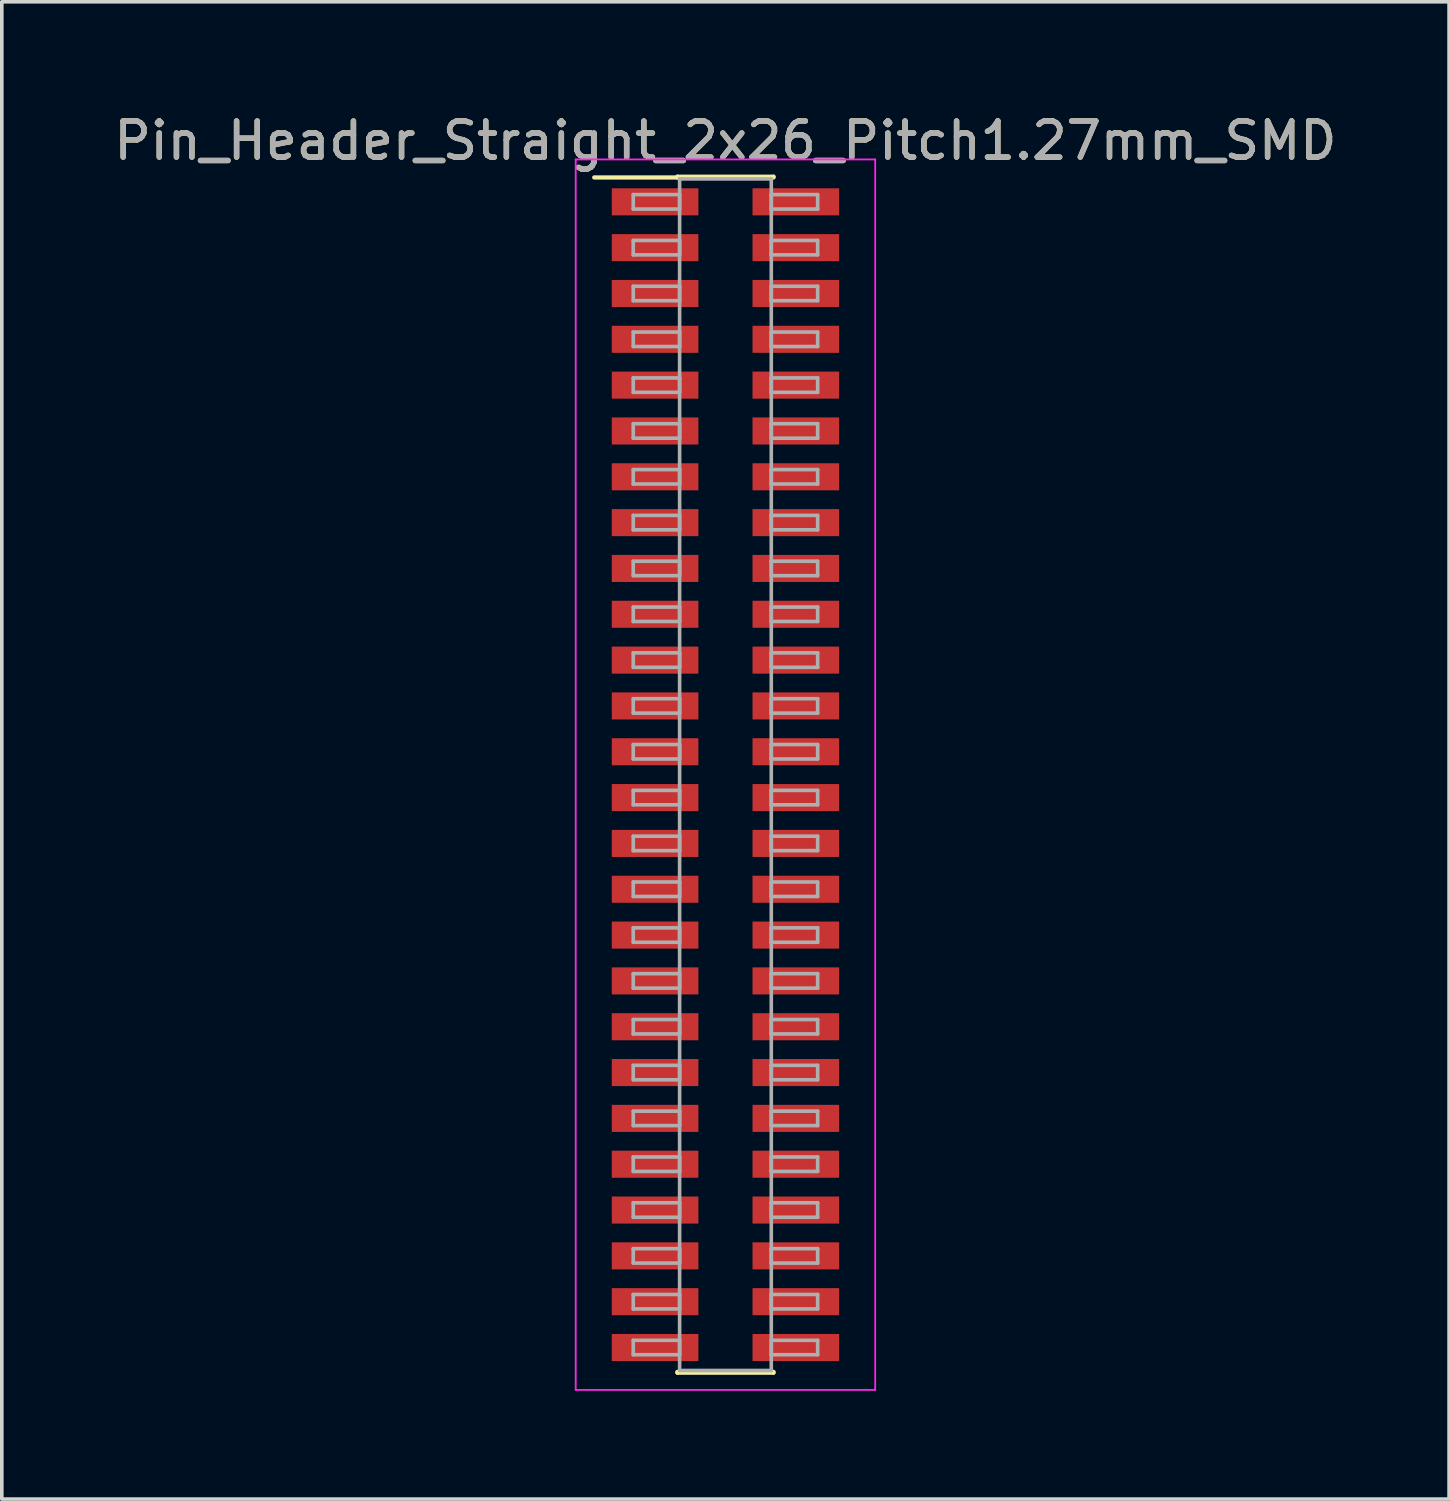
<source format=kicad_pcb>
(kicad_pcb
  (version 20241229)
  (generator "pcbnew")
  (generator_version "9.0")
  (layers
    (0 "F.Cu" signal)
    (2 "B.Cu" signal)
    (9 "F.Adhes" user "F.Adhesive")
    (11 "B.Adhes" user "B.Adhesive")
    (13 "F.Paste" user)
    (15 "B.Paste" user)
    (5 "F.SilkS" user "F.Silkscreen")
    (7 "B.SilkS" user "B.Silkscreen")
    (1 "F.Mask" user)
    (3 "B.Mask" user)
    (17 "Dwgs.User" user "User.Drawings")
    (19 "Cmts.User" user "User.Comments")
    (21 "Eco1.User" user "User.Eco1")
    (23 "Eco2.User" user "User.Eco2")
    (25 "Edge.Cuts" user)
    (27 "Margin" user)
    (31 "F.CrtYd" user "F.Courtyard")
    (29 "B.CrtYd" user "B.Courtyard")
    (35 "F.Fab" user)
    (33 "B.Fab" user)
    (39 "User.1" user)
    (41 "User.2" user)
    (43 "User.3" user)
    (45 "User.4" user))
  (footprint "Pin_Header_Straight_2x26_Pitch1.27mm_SMD"
    (layer "F.Cu")
    (at 17.054 18.418)
    (property "Reference" "Pin_Header_Straight_2x26_Pitch1.27mm_SMD" (at 0 -17.57 0) (layer "F.SilkS") (effects (font (size 1 1) (thickness 0.15))))
    (attr smd)
    (fp_line (start -3.635 -16.55) (end -1.33 -16.55) (stroke (width 0.12) (type solid)) (layer "F.SilkS"))
    (fp_line (start -1.33 -16.57) (end 1.33 -16.57) (stroke (width 0.12) (type solid)) (layer "F.SilkS"))
    (fp_line (start -1.33 -16.55) (end -1.33 -16.57) (stroke (width 0.12) (type solid)) (layer "F.SilkS"))
    (fp_line (start -1.33 16.55) (end -1.33 16.57) (stroke (width 0.12) (type solid)) (layer "F.SilkS"))
    (fp_line (start -1.33 16.57) (end 1.33 16.57) (stroke (width 0.12) (type solid)) (layer "F.SilkS"))
    (fp_line (start 1.33 -16.57) (end 1.33 -16.55) (stroke (width 0.12) (type solid)) (layer "F.SilkS"))
    (fp_line (start 1.33 16.57) (end 1.33 16.55) (stroke (width 0.12) (type solid)) (layer "F.SilkS"))
    (fp_line (start -4.15 -17.05) (end -4.15 17.05) (stroke (width 0.05) (type solid)) (layer "F.CrtYd"))
    (fp_line (start -4.15 17.05) (end 4.15 17.05) (stroke (width 0.05) (type solid)) (layer "F.CrtYd"))
    (fp_line (start 4.15 -17.05) (end -4.15 -17.05) (stroke (width 0.05) (type solid)) (layer "F.CrtYd"))
    (fp_line (start 4.15 17.05) (end 4.15 -17.05) (stroke (width 0.05) (type solid)) (layer "F.CrtYd"))
    (fp_line (start -2.555 -16.075) (end -1.27 -16.075) (stroke (width 0.1) (type solid)) (layer "F.Fab"))
    (fp_line (start -2.555 -15.675) (end -2.555 -16.075) (stroke (width 0.1) (type solid)) (layer "F.Fab"))
    (fp_line (start -2.555 -14.805) (end -1.27 -14.805) (stroke (width 0.1) (type solid)) (layer "F.Fab"))
    (fp_line (start -2.555 -14.405) (end -2.555 -14.805) (stroke (width 0.1) (type solid)) (layer "F.Fab"))
    (fp_line (start -2.555 -13.535) (end -1.27 -13.535) (stroke (width 0.1) (type solid)) (layer "F.Fab"))
    (fp_line (start -2.555 -13.135) (end -2.555 -13.535) (stroke (width 0.1) (type solid)) (layer "F.Fab"))
    (fp_line (start -2.555 -12.265) (end -1.27 -12.265) (stroke (width 0.1) (type solid)) (layer "F.Fab"))
    (fp_line (start -2.555 -11.865) (end -2.555 -12.265) (stroke (width 0.1) (type solid)) (layer "F.Fab"))
    (fp_line (start -2.555 -10.995) (end -1.27 -10.995) (stroke (width 0.1) (type solid)) (layer "F.Fab"))
    (fp_line (start -2.555 -10.595) (end -2.555 -10.995) (stroke (width 0.1) (type solid)) (layer "F.Fab"))
    (fp_line (start -2.555 -9.725) (end -1.27 -9.725) (stroke (width 0.1) (type solid)) (layer "F.Fab"))
    (fp_line (start -2.555 -9.325) (end -2.555 -9.725) (stroke (width 0.1) (type solid)) (layer "F.Fab"))
    (fp_line (start -2.555 -8.455) (end -1.27 -8.455) (stroke (width 0.1) (type solid)) (layer "F.Fab"))
    (fp_line (start -2.555 -8.055) (end -2.555 -8.455) (stroke (width 0.1) (type solid)) (layer "F.Fab"))
    (fp_line (start -2.555 -7.185) (end -1.27 -7.185) (stroke (width 0.1) (type solid)) (layer "F.Fab"))
    (fp_line (start -2.555 -6.785) (end -2.555 -7.185) (stroke (width 0.1) (type solid)) (layer "F.Fab"))
    (fp_line (start -2.555 -5.915) (end -1.27 -5.915) (stroke (width 0.1) (type solid)) (layer "F.Fab"))
    (fp_line (start -2.555 -5.515) (end -2.555 -5.915) (stroke (width 0.1) (type solid)) (layer "F.Fab"))
    (fp_line (start -2.555 -4.645) (end -1.27 -4.645) (stroke (width 0.1) (type solid)) (layer "F.Fab"))
    (fp_line (start -2.555 -4.245) (end -2.555 -4.645) (stroke (width 0.1) (type solid)) (layer "F.Fab"))
    (fp_line (start -2.555 -3.375) (end -1.27 -3.375) (stroke (width 0.1) (type solid)) (layer "F.Fab"))
    (fp_line (start -2.555 -2.975) (end -2.555 -3.375) (stroke (width 0.1) (type solid)) (layer "F.Fab"))
    (fp_line (start -2.555 -2.105) (end -1.27 -2.105) (stroke (width 0.1) (type solid)) (layer "F.Fab"))
    (fp_line (start -2.555 -1.705) (end -2.555 -2.105) (stroke (width 0.1) (type solid)) (layer "F.Fab"))
    (fp_line (start -2.555 -0.835) (end -1.27 -0.835) (stroke (width 0.1) (type solid)) (layer "F.Fab"))
    (fp_line (start -2.555 -0.435) (end -2.555 -0.835) (stroke (width 0.1) (type solid)) (layer "F.Fab"))
    (fp_line (start -2.555 0.435) (end -1.27 0.435) (stroke (width 0.1) (type solid)) (layer "F.Fab"))
    (fp_line (start -2.555 0.835) (end -2.555 0.435) (stroke (width 0.1) (type solid)) (layer "F.Fab"))
    (fp_line (start -2.555 1.705) (end -1.27 1.705) (stroke (width 0.1) (type solid)) (layer "F.Fab"))
    (fp_line (start -2.555 2.105) (end -2.555 1.705) (stroke (width 0.1) (type solid)) (layer "F.Fab"))
    (fp_line (start -2.555 2.975) (end -1.27 2.975) (stroke (width 0.1) (type solid)) (layer "F.Fab"))
    (fp_line (start -2.555 3.375) (end -2.555 2.975) (stroke (width 0.1) (type solid)) (layer "F.Fab"))
    (fp_line (start -2.555 4.245) (end -1.27 4.245) (stroke (width 0.1) (type solid)) (layer "F.Fab"))
    (fp_line (start -2.555 4.645) (end -2.555 4.245) (stroke (width 0.1) (type solid)) (layer "F.Fab"))
    (fp_line (start -2.555 5.515) (end -1.27 5.515) (stroke (width 0.1) (type solid)) (layer "F.Fab"))
    (fp_line (start -2.555 5.915) (end -2.555 5.515) (stroke (width 0.1) (type solid)) (layer "F.Fab"))
    (fp_line (start -2.555 6.785) (end -1.27 6.785) (stroke (width 0.1) (type solid)) (layer "F.Fab"))
    (fp_line (start -2.555 7.185) (end -2.555 6.785) (stroke (width 0.1) (type solid)) (layer "F.Fab"))
    (fp_line (start -2.555 8.055) (end -1.27 8.055) (stroke (width 0.1) (type solid)) (layer "F.Fab"))
    (fp_line (start -2.555 8.455) (end -2.555 8.055) (stroke (width 0.1) (type solid)) (layer "F.Fab"))
    (fp_line (start -2.555 9.325) (end -1.27 9.325) (stroke (width 0.1) (type solid)) (layer "F.Fab"))
    (fp_line (start -2.555 9.725) (end -2.555 9.325) (stroke (width 0.1) (type solid)) (layer "F.Fab"))
    (fp_line (start -2.555 10.595) (end -1.27 10.595) (stroke (width 0.1) (type solid)) (layer "F.Fab"))
    (fp_line (start -2.555 10.995) (end -2.555 10.595) (stroke (width 0.1) (type solid)) (layer "F.Fab"))
    (fp_line (start -2.555 11.865) (end -1.27 11.865) (stroke (width 0.1) (type solid)) (layer "F.Fab"))
    (fp_line (start -2.555 12.265) (end -2.555 11.865) (stroke (width 0.1) (type solid)) (layer "F.Fab"))
    (fp_line (start -2.555 13.135) (end -1.27 13.135) (stroke (width 0.1) (type solid)) (layer "F.Fab"))
    (fp_line (start -2.555 13.535) (end -2.555 13.135) (stroke (width 0.1) (type solid)) (layer "F.Fab"))
    (fp_line (start -2.555 14.405) (end -1.27 14.405) (stroke (width 0.1) (type solid)) (layer "F.Fab"))
    (fp_line (start -2.555 14.805) (end -2.555 14.405) (stroke (width 0.1) (type solid)) (layer "F.Fab"))
    (fp_line (start -2.555 15.675) (end -1.27 15.675) (stroke (width 0.1) (type solid)) (layer "F.Fab"))
    (fp_line (start -2.555 16.075) (end -2.555 15.675) (stroke (width 0.1) (type solid)) (layer "F.Fab"))
    (fp_line (start -1.27 -16.51) (end -1.27 16.51) (stroke (width 0.1) (type solid)) (layer "F.Fab"))
    (fp_line (start -1.27 -16.075) (end -1.27 -15.675) (stroke (width 0.1) (type solid)) (layer "F.Fab"))
    (fp_line (start -1.27 -15.675) (end -2.555 -15.675) (stroke (width 0.1) (type solid)) (layer "F.Fab"))
    (fp_line (start -1.27 -14.805) (end -1.27 -14.405) (stroke (width 0.1) (type solid)) (layer "F.Fab"))
    (fp_line (start -1.27 -14.405) (end -2.555 -14.405) (stroke (width 0.1) (type solid)) (layer "F.Fab"))
    (fp_line (start -1.27 -13.535) (end -1.27 -13.135) (stroke (width 0.1) (type solid)) (layer "F.Fab"))
    (fp_line (start -1.27 -13.135) (end -2.555 -13.135) (stroke (width 0.1) (type solid)) (layer "F.Fab"))
    (fp_line (start -1.27 -12.265) (end -1.27 -11.865) (stroke (width 0.1) (type solid)) (layer "F.Fab"))
    (fp_line (start -1.27 -11.865) (end -2.555 -11.865) (stroke (width 0.1) (type solid)) (layer "F.Fab"))
    (fp_line (start -1.27 -10.995) (end -1.27 -10.595) (stroke (width 0.1) (type solid)) (layer "F.Fab"))
    (fp_line (start -1.27 -10.595) (end -2.555 -10.595) (stroke (width 0.1) (type solid)) (layer "F.Fab"))
    (fp_line (start -1.27 -9.725) (end -1.27 -9.325) (stroke (width 0.1) (type solid)) (layer "F.Fab"))
    (fp_line (start -1.27 -9.325) (end -2.555 -9.325) (stroke (width 0.1) (type solid)) (layer "F.Fab"))
    (fp_line (start -1.27 -8.455) (end -1.27 -8.055) (stroke (width 0.1) (type solid)) (layer "F.Fab"))
    (fp_line (start -1.27 -8.055) (end -2.555 -8.055) (stroke (width 0.1) (type solid)) (layer "F.Fab"))
    (fp_line (start -1.27 -7.185) (end -1.27 -6.785) (stroke (width 0.1) (type solid)) (layer "F.Fab"))
    (fp_line (start -1.27 -6.785) (end -2.555 -6.785) (stroke (width 0.1) (type solid)) (layer "F.Fab"))
    (fp_line (start -1.27 -5.915) (end -1.27 -5.515) (stroke (width 0.1) (type solid)) (layer "F.Fab"))
    (fp_line (start -1.27 -5.515) (end -2.555 -5.515) (stroke (width 0.1) (type solid)) (layer "F.Fab"))
    (fp_line (start -1.27 -4.645) (end -1.27 -4.245) (stroke (width 0.1) (type solid)) (layer "F.Fab"))
    (fp_line (start -1.27 -4.245) (end -2.555 -4.245) (stroke (width 0.1) (type solid)) (layer "F.Fab"))
    (fp_line (start -1.27 -3.375) (end -1.27 -2.975) (stroke (width 0.1) (type solid)) (layer "F.Fab"))
    (fp_line (start -1.27 -2.975) (end -2.555 -2.975) (stroke (width 0.1) (type solid)) (layer "F.Fab"))
    (fp_line (start -1.27 -2.105) (end -1.27 -1.705) (stroke (width 0.1) (type solid)) (layer "F.Fab"))
    (fp_line (start -1.27 -1.705) (end -2.555 -1.705) (stroke (width 0.1) (type solid)) (layer "F.Fab"))
    (fp_line (start -1.27 -0.835) (end -1.27 -0.435) (stroke (width 0.1) (type solid)) (layer "F.Fab"))
    (fp_line (start -1.27 -0.435) (end -2.555 -0.435) (stroke (width 0.1) (type solid)) (layer "F.Fab"))
    (fp_line (start -1.27 0.435) (end -1.27 0.835) (stroke (width 0.1) (type solid)) (layer "F.Fab"))
    (fp_line (start -1.27 0.835) (end -2.555 0.835) (stroke (width 0.1) (type solid)) (layer "F.Fab"))
    (fp_line (start -1.27 1.705) (end -1.27 2.105) (stroke (width 0.1) (type solid)) (layer "F.Fab"))
    (fp_line (start -1.27 2.105) (end -2.555 2.105) (stroke (width 0.1) (type solid)) (layer "F.Fab"))
    (fp_line (start -1.27 2.975) (end -1.27 3.375) (stroke (width 0.1) (type solid)) (layer "F.Fab"))
    (fp_line (start -1.27 3.375) (end -2.555 3.375) (stroke (width 0.1) (type solid)) (layer "F.Fab"))
    (fp_line (start -1.27 4.245) (end -1.27 4.645) (stroke (width 0.1) (type solid)) (layer "F.Fab"))
    (fp_line (start -1.27 4.645) (end -2.555 4.645) (stroke (width 0.1) (type solid)) (layer "F.Fab"))
    (fp_line (start -1.27 5.515) (end -1.27 5.915) (stroke (width 0.1) (type solid)) (layer "F.Fab"))
    (fp_line (start -1.27 5.915) (end -2.555 5.915) (stroke (width 0.1) (type solid)) (layer "F.Fab"))
    (fp_line (start -1.27 6.785) (end -1.27 7.185) (stroke (width 0.1) (type solid)) (layer "F.Fab"))
    (fp_line (start -1.27 7.185) (end -2.555 7.185) (stroke (width 0.1) (type solid)) (layer "F.Fab"))
    (fp_line (start -1.27 8.055) (end -1.27 8.455) (stroke (width 0.1) (type solid)) (layer "F.Fab"))
    (fp_line (start -1.27 8.455) (end -2.555 8.455) (stroke (width 0.1) (type solid)) (layer "F.Fab"))
    (fp_line (start -1.27 9.325) (end -1.27 9.725) (stroke (width 0.1) (type solid)) (layer "F.Fab"))
    (fp_line (start -1.27 9.725) (end -2.555 9.725) (stroke (width 0.1) (type solid)) (layer "F.Fab"))
    (fp_line (start -1.27 10.595) (end -1.27 10.995) (stroke (width 0.1) (type solid)) (layer "F.Fab"))
    (fp_line (start -1.27 10.995) (end -2.555 10.995) (stroke (width 0.1) (type solid)) (layer "F.Fab"))
    (fp_line (start -1.27 11.865) (end -1.27 12.265) (stroke (width 0.1) (type solid)) (layer "F.Fab"))
    (fp_line (start -1.27 12.265) (end -2.555 12.265) (stroke (width 0.1) (type solid)) (layer "F.Fab"))
    (fp_line (start -1.27 13.135) (end -1.27 13.535) (stroke (width 0.1) (type solid)) (layer "F.Fab"))
    (fp_line (start -1.27 13.535) (end -2.555 13.535) (stroke (width 0.1) (type solid)) (layer "F.Fab"))
    (fp_line (start -1.27 14.405) (end -1.27 14.805) (stroke (width 0.1) (type solid)) (layer "F.Fab"))
    (fp_line (start -1.27 14.805) (end -2.555 14.805) (stroke (width 0.1) (type solid)) (layer "F.Fab"))
    (fp_line (start -1.27 15.675) (end -1.27 16.075) (stroke (width 0.1) (type solid)) (layer "F.Fab"))
    (fp_line (start -1.27 16.075) (end -2.555 16.075) (stroke (width 0.1) (type solid)) (layer "F.Fab"))
    (fp_line (start -1.27 16.51) (end 1.27 16.51) (stroke (width 0.1) (type solid)) (layer "F.Fab"))
    (fp_line (start 1.27 -16.51) (end -1.27 -16.51) (stroke (width 0.1) (type solid)) (layer "F.Fab"))
    (fp_line (start 1.27 -16.075) (end 1.27 -15.675) (stroke (width 0.1) (type solid)) (layer "F.Fab"))
    (fp_line (start 1.27 -15.675) (end 2.555 -15.675) (stroke (width 0.1) (type solid)) (layer "F.Fab"))
    (fp_line (start 1.27 -14.805) (end 1.27 -14.405) (stroke (width 0.1) (type solid)) (layer "F.Fab"))
    (fp_line (start 1.27 -14.405) (end 2.555 -14.405) (stroke (width 0.1) (type solid)) (layer "F.Fab"))
    (fp_line (start 1.27 -13.535) (end 1.27 -13.135) (stroke (width 0.1) (type solid)) (layer "F.Fab"))
    (fp_line (start 1.27 -13.135) (end 2.555 -13.135) (stroke (width 0.1) (type solid)) (layer "F.Fab"))
    (fp_line (start 1.27 -12.265) (end 1.27 -11.865) (stroke (width 0.1) (type solid)) (layer "F.Fab"))
    (fp_line (start 1.27 -11.865) (end 2.555 -11.865) (stroke (width 0.1) (type solid)) (layer "F.Fab"))
    (fp_line (start 1.27 -10.995) (end 1.27 -10.595) (stroke (width 0.1) (type solid)) (layer "F.Fab"))
    (fp_line (start 1.27 -10.595) (end 2.555 -10.595) (stroke (width 0.1) (type solid)) (layer "F.Fab"))
    (fp_line (start 1.27 -9.725) (end 1.27 -9.325) (stroke (width 0.1) (type solid)) (layer "F.Fab"))
    (fp_line (start 1.27 -9.325) (end 2.555 -9.325) (stroke (width 0.1) (type solid)) (layer "F.Fab"))
    (fp_line (start 1.27 -8.455) (end 1.27 -8.055) (stroke (width 0.1) (type solid)) (layer "F.Fab"))
    (fp_line (start 1.27 -8.055) (end 2.555 -8.055) (stroke (width 0.1) (type solid)) (layer "F.Fab"))
    (fp_line (start 1.27 -7.185) (end 1.27 -6.785) (stroke (width 0.1) (type solid)) (layer "F.Fab"))
    (fp_line (start 1.27 -6.785) (end 2.555 -6.785) (stroke (width 0.1) (type solid)) (layer "F.Fab"))
    (fp_line (start 1.27 -5.915) (end 1.27 -5.515) (stroke (width 0.1) (type solid)) (layer "F.Fab"))
    (fp_line (start 1.27 -5.515) (end 2.555 -5.515) (stroke (width 0.1) (type solid)) (layer "F.Fab"))
    (fp_line (start 1.27 -4.645) (end 1.27 -4.245) (stroke (width 0.1) (type solid)) (layer "F.Fab"))
    (fp_line (start 1.27 -4.245) (end 2.555 -4.245) (stroke (width 0.1) (type solid)) (layer "F.Fab"))
    (fp_line (start 1.27 -3.375) (end 1.27 -2.975) (stroke (width 0.1) (type solid)) (layer "F.Fab"))
    (fp_line (start 1.27 -2.975) (end 2.555 -2.975) (stroke (width 0.1) (type solid)) (layer "F.Fab"))
    (fp_line (start 1.27 -2.105) (end 1.27 -1.705) (stroke (width 0.1) (type solid)) (layer "F.Fab"))
    (fp_line (start 1.27 -1.705) (end 2.555 -1.705) (stroke (width 0.1) (type solid)) (layer "F.Fab"))
    (fp_line (start 1.27 -0.835) (end 1.27 -0.435) (stroke (width 0.1) (type solid)) (layer "F.Fab"))
    (fp_line (start 1.27 -0.435) (end 2.555 -0.435) (stroke (width 0.1) (type solid)) (layer "F.Fab"))
    (fp_line (start 1.27 0.435) (end 1.27 0.835) (stroke (width 0.1) (type solid)) (layer "F.Fab"))
    (fp_line (start 1.27 0.835) (end 2.555 0.835) (stroke (width 0.1) (type solid)) (layer "F.Fab"))
    (fp_line (start 1.27 1.705) (end 1.27 2.105) (stroke (width 0.1) (type solid)) (layer "F.Fab"))
    (fp_line (start 1.27 2.105) (end 2.555 2.105) (stroke (width 0.1) (type solid)) (layer "F.Fab"))
    (fp_line (start 1.27 2.975) (end 1.27 3.375) (stroke (width 0.1) (type solid)) (layer "F.Fab"))
    (fp_line (start 1.27 3.375) (end 2.555 3.375) (stroke (width 0.1) (type solid)) (layer "F.Fab"))
    (fp_line (start 1.27 4.245) (end 1.27 4.645) (stroke (width 0.1) (type solid)) (layer "F.Fab"))
    (fp_line (start 1.27 4.645) (end 2.555 4.645) (stroke (width 0.1) (type solid)) (layer "F.Fab"))
    (fp_line (start 1.27 5.515) (end 1.27 5.915) (stroke (width 0.1) (type solid)) (layer "F.Fab"))
    (fp_line (start 1.27 5.915) (end 2.555 5.915) (stroke (width 0.1) (type solid)) (layer "F.Fab"))
    (fp_line (start 1.27 6.785) (end 1.27 7.185) (stroke (width 0.1) (type solid)) (layer "F.Fab"))
    (fp_line (start 1.27 7.185) (end 2.555 7.185) (stroke (width 0.1) (type solid)) (layer "F.Fab"))
    (fp_line (start 1.27 8.055) (end 1.27 8.455) (stroke (width 0.1) (type solid)) (layer "F.Fab"))
    (fp_line (start 1.27 8.455) (end 2.555 8.455) (stroke (width 0.1) (type solid)) (layer "F.Fab"))
    (fp_line (start 1.27 9.325) (end 1.27 9.725) (stroke (width 0.1) (type solid)) (layer "F.Fab"))
    (fp_line (start 1.27 9.725) (end 2.555 9.725) (stroke (width 0.1) (type solid)) (layer "F.Fab"))
    (fp_line (start 1.27 10.595) (end 1.27 10.995) (stroke (width 0.1) (type solid)) (layer "F.Fab"))
    (fp_line (start 1.27 10.995) (end 2.555 10.995) (stroke (width 0.1) (type solid)) (layer "F.Fab"))
    (fp_line (start 1.27 11.865) (end 1.27 12.265) (stroke (width 0.1) (type solid)) (layer "F.Fab"))
    (fp_line (start 1.27 12.265) (end 2.555 12.265) (stroke (width 0.1) (type solid)) (layer "F.Fab"))
    (fp_line (start 1.27 13.135) (end 1.27 13.535) (stroke (width 0.1) (type solid)) (layer "F.Fab"))
    (fp_line (start 1.27 13.535) (end 2.555 13.535) (stroke (width 0.1) (type solid)) (layer "F.Fab"))
    (fp_line (start 1.27 14.405) (end 1.27 14.805) (stroke (width 0.1) (type solid)) (layer "F.Fab"))
    (fp_line (start 1.27 14.805) (end 2.555 14.805) (stroke (width 0.1) (type solid)) (layer "F.Fab"))
    (fp_line (start 1.27 15.675) (end 1.27 16.075) (stroke (width 0.1) (type solid)) (layer "F.Fab"))
    (fp_line (start 1.27 16.075) (end 2.555 16.075) (stroke (width 0.1) (type solid)) (layer "F.Fab"))
    (fp_line (start 1.27 16.51) (end 1.27 -16.51) (stroke (width 0.1) (type solid)) (layer "F.Fab"))
    (fp_line (start 2.555 -16.075) (end 1.27 -16.075) (stroke (width 0.1) (type solid)) (layer "F.Fab"))
    (fp_line (start 2.555 -15.675) (end 2.555 -16.075) (stroke (width 0.1) (type solid)) (layer "F.Fab"))
    (fp_line (start 2.555 -14.805) (end 1.27 -14.805) (stroke (width 0.1) (type solid)) (layer "F.Fab"))
    (fp_line (start 2.555 -14.405) (end 2.555 -14.805) (stroke (width 0.1) (type solid)) (layer "F.Fab"))
    (fp_line (start 2.555 -13.535) (end 1.27 -13.535) (stroke (width 0.1) (type solid)) (layer "F.Fab"))
    (fp_line (start 2.555 -13.135) (end 2.555 -13.535) (stroke (width 0.1) (type solid)) (layer "F.Fab"))
    (fp_line (start 2.555 -12.265) (end 1.27 -12.265) (stroke (width 0.1) (type solid)) (layer "F.Fab"))
    (fp_line (start 2.555 -11.865) (end 2.555 -12.265) (stroke (width 0.1) (type solid)) (layer "F.Fab"))
    (fp_line (start 2.555 -10.995) (end 1.27 -10.995) (stroke (width 0.1) (type solid)) (layer "F.Fab"))
    (fp_line (start 2.555 -10.595) (end 2.555 -10.995) (stroke (width 0.1) (type solid)) (layer "F.Fab"))
    (fp_line (start 2.555 -9.725) (end 1.27 -9.725) (stroke (width 0.1) (type solid)) (layer "F.Fab"))
    (fp_line (start 2.555 -9.325) (end 2.555 -9.725) (stroke (width 0.1) (type solid)) (layer "F.Fab"))
    (fp_line (start 2.555 -8.455) (end 1.27 -8.455) (stroke (width 0.1) (type solid)) (layer "F.Fab"))
    (fp_line (start 2.555 -8.055) (end 2.555 -8.455) (stroke (width 0.1) (type solid)) (layer "F.Fab"))
    (fp_line (start 2.555 -7.185) (end 1.27 -7.185) (stroke (width 0.1) (type solid)) (layer "F.Fab"))
    (fp_line (start 2.555 -6.785) (end 2.555 -7.185) (stroke (width 0.1) (type solid)) (layer "F.Fab"))
    (fp_line (start 2.555 -5.915) (end 1.27 -5.915) (stroke (width 0.1) (type solid)) (layer "F.Fab"))
    (fp_line (start 2.555 -5.515) (end 2.555 -5.915) (stroke (width 0.1) (type solid)) (layer "F.Fab"))
    (fp_line (start 2.555 -4.645) (end 1.27 -4.645) (stroke (width 0.1) (type solid)) (layer "F.Fab"))
    (fp_line (start 2.555 -4.245) (end 2.555 -4.645) (stroke (width 0.1) (type solid)) (layer "F.Fab"))
    (fp_line (start 2.555 -3.375) (end 1.27 -3.375) (stroke (width 0.1) (type solid)) (layer "F.Fab"))
    (fp_line (start 2.555 -2.975) (end 2.555 -3.375) (stroke (width 0.1) (type solid)) (layer "F.Fab"))
    (fp_line (start 2.555 -2.105) (end 1.27 -2.105) (stroke (width 0.1) (type solid)) (layer "F.Fab"))
    (fp_line (start 2.555 -1.705) (end 2.555 -2.105) (stroke (width 0.1) (type solid)) (layer "F.Fab"))
    (fp_line (start 2.555 -0.835) (end 1.27 -0.835) (stroke (width 0.1) (type solid)) (layer "F.Fab"))
    (fp_line (start 2.555 -0.435) (end 2.555 -0.835) (stroke (width 0.1) (type solid)) (layer "F.Fab"))
    (fp_line (start 2.555 0.435) (end 1.27 0.435) (stroke (width 0.1) (type solid)) (layer "F.Fab"))
    (fp_line (start 2.555 0.835) (end 2.555 0.435) (stroke (width 0.1) (type solid)) (layer "F.Fab"))
    (fp_line (start 2.555 1.705) (end 1.27 1.705) (stroke (width 0.1) (type solid)) (layer "F.Fab"))
    (fp_line (start 2.555 2.105) (end 2.555 1.705) (stroke (width 0.1) (type solid)) (layer "F.Fab"))
    (fp_line (start 2.555 2.975) (end 1.27 2.975) (stroke (width 0.1) (type solid)) (layer "F.Fab"))
    (fp_line (start 2.555 3.375) (end 2.555 2.975) (stroke (width 0.1) (type solid)) (layer "F.Fab"))
    (fp_line (start 2.555 4.245) (end 1.27 4.245) (stroke (width 0.1) (type solid)) (layer "F.Fab"))
    (fp_line (start 2.555 4.645) (end 2.555 4.245) (stroke (width 0.1) (type solid)) (layer "F.Fab"))
    (fp_line (start 2.555 5.515) (end 1.27 5.515) (stroke (width 0.1) (type solid)) (layer "F.Fab"))
    (fp_line (start 2.555 5.915) (end 2.555 5.515) (stroke (width 0.1) (type solid)) (layer "F.Fab"))
    (fp_line (start 2.555 6.785) (end 1.27 6.785) (stroke (width 0.1) (type solid)) (layer "F.Fab"))
    (fp_line (start 2.555 7.185) (end 2.555 6.785) (stroke (width 0.1) (type solid)) (layer "F.Fab"))
    (fp_line (start 2.555 8.055) (end 1.27 8.055) (stroke (width 0.1) (type solid)) (layer "F.Fab"))
    (fp_line (start 2.555 8.455) (end 2.555 8.055) (stroke (width 0.1) (type solid)) (layer "F.Fab"))
    (fp_line (start 2.555 9.325) (end 1.27 9.325) (stroke (width 0.1) (type solid)) (layer "F.Fab"))
    (fp_line (start 2.555 9.725) (end 2.555 9.325) (stroke (width 0.1) (type solid)) (layer "F.Fab"))
    (fp_line (start 2.555 10.595) (end 1.27 10.595) (stroke (width 0.1) (type solid)) (layer "F.Fab"))
    (fp_line (start 2.555 10.995) (end 2.555 10.595) (stroke (width 0.1) (type solid)) (layer "F.Fab"))
    (fp_line (start 2.555 11.865) (end 1.27 11.865) (stroke (width 0.1) (type solid)) (layer "F.Fab"))
    (fp_line (start 2.555 12.265) (end 2.555 11.865) (stroke (width 0.1) (type solid)) (layer "F.Fab"))
    (fp_line (start 2.555 13.135) (end 1.27 13.135) (stroke (width 0.1) (type solid)) (layer "F.Fab"))
    (fp_line (start 2.555 13.535) (end 2.555 13.135) (stroke (width 0.1) (type solid)) (layer "F.Fab"))
    (fp_line (start 2.555 14.405) (end 1.27 14.405) (stroke (width 0.1) (type solid)) (layer "F.Fab"))
    (fp_line (start 2.555 14.805) (end 2.555 14.405) (stroke (width 0.1) (type solid)) (layer "F.Fab"))
    (fp_line (start 2.555 15.675) (end 1.27 15.675) (stroke (width 0.1) (type solid)) (layer "F.Fab"))
    (fp_line (start 2.555 16.075) (end 2.555 15.675) (stroke (width 0.1) (type solid)) (layer "F.Fab"))
    (fp_text user "${REFERENCE}" (at 0 -17.57 0) (layer "F.Fab") (effects (font (size 1 1) (thickness 0.15))))
    (pad "1" smd rect (at -1.95 -15.875) (size 2.4 0.75) (layers "F.Cu" "F.Mask" "F.Paste"))
    (pad "2" smd rect (at 1.95 -15.875) (size 2.4 0.75) (layers "F.Cu" "F.Mask" "F.Paste"))
    (pad "3" smd rect (at -1.95 -14.605) (size 2.4 0.75) (layers "F.Cu" "F.Mask" "F.Paste"))
    (pad "4" smd rect (at 1.95 -14.605) (size 2.4 0.75) (layers "F.Cu" "F.Mask" "F.Paste"))
    (pad "5" smd rect (at -1.95 -13.335) (size 2.4 0.75) (layers "F.Cu" "F.Mask" "F.Paste"))
    (pad "6" smd rect (at 1.95 -13.335) (size 2.4 0.75) (layers "F.Cu" "F.Mask" "F.Paste"))
    (pad "7" smd rect (at -1.95 -12.065) (size 2.4 0.75) (layers "F.Cu" "F.Mask" "F.Paste"))
    (pad "8" smd rect (at 1.95 -12.065) (size 2.4 0.75) (layers "F.Cu" "F.Mask" "F.Paste"))
    (pad "9" smd rect (at -1.95 -10.795) (size 2.4 0.75) (layers "F.Cu" "F.Mask" "F.Paste"))
    (pad "10" smd rect (at 1.95 -10.795) (size 2.4 0.75) (layers "F.Cu" "F.Mask" "F.Paste"))
    (pad "11" smd rect (at -1.95 -9.525) (size 2.4 0.75) (layers "F.Cu" "F.Mask" "F.Paste"))
    (pad "12" smd rect (at 1.95 -9.525) (size 2.4 0.75) (layers "F.Cu" "F.Mask" "F.Paste"))
    (pad "13" smd rect (at -1.95 -8.255) (size 2.4 0.75) (layers "F.Cu" "F.Mask" "F.Paste"))
    (pad "14" smd rect (at 1.95 -8.255) (size 2.4 0.75) (layers "F.Cu" "F.Mask" "F.Paste"))
    (pad "15" smd rect (at -1.95 -6.985) (size 2.4 0.75) (layers "F.Cu" "F.Mask" "F.Paste"))
    (pad "16" smd rect (at 1.95 -6.985) (size 2.4 0.75) (layers "F.Cu" "F.Mask" "F.Paste"))
    (pad "17" smd rect (at -1.95 -5.715) (size 2.4 0.75) (layers "F.Cu" "F.Mask" "F.Paste"))
    (pad "18" smd rect (at 1.95 -5.715) (size 2.4 0.75) (layers "F.Cu" "F.Mask" "F.Paste"))
    (pad "19" smd rect (at -1.95 -4.445) (size 2.4 0.75) (layers "F.Cu" "F.Mask" "F.Paste"))
    (pad "20" smd rect (at 1.95 -4.445) (size 2.4 0.75) (layers "F.Cu" "F.Mask" "F.Paste"))
    (pad "21" smd rect (at -1.95 -3.175) (size 2.4 0.75) (layers "F.Cu" "F.Mask" "F.Paste"))
    (pad "22" smd rect (at 1.95 -3.175) (size 2.4 0.75) (layers "F.Cu" "F.Mask" "F.Paste"))
    (pad "23" smd rect (at -1.95 -1.905) (size 2.4 0.75) (layers "F.Cu" "F.Mask" "F.Paste"))
    (pad "24" smd rect (at 1.95 -1.905) (size 2.4 0.75) (layers "F.Cu" "F.Mask" "F.Paste"))
    (pad "25" smd rect (at -1.95 -0.635) (size 2.4 0.75) (layers "F.Cu" "F.Mask" "F.Paste"))
    (pad "26" smd rect (at 1.95 -0.635) (size 2.4 0.75) (layers "F.Cu" "F.Mask" "F.Paste"))
    (pad "27" smd rect (at -1.95 0.635) (size 2.4 0.75) (layers "F.Cu" "F.Mask" "F.Paste"))
    (pad "28" smd rect (at 1.95 0.635) (size 2.4 0.75) (layers "F.Cu" "F.Mask" "F.Paste"))
    (pad "29" smd rect (at -1.95 1.905) (size 2.4 0.75) (layers "F.Cu" "F.Mask" "F.Paste"))
    (pad "30" smd rect (at 1.95 1.905) (size 2.4 0.75) (layers "F.Cu" "F.Mask" "F.Paste"))
    (pad "31" smd rect (at -1.95 3.175) (size 2.4 0.75) (layers "F.Cu" "F.Mask" "F.Paste"))
    (pad "32" smd rect (at 1.95 3.175) (size 2.4 0.75) (layers "F.Cu" "F.Mask" "F.Paste"))
    (pad "33" smd rect (at -1.95 4.445) (size 2.4 0.75) (layers "F.Cu" "F.Mask" "F.Paste"))
    (pad "34" smd rect (at 1.95 4.445) (size 2.4 0.75) (layers "F.Cu" "F.Mask" "F.Paste"))
    (pad "35" smd rect (at -1.95 5.715) (size 2.4 0.75) (layers "F.Cu" "F.Mask" "F.Paste"))
    (pad "36" smd rect (at 1.95 5.715) (size 2.4 0.75) (layers "F.Cu" "F.Mask" "F.Paste"))
    (pad "37" smd rect (at -1.95 6.985) (size 2.4 0.75) (layers "F.Cu" "F.Mask" "F.Paste"))
    (pad "38" smd rect (at 1.95 6.985) (size 2.4 0.75) (layers "F.Cu" "F.Mask" "F.Paste"))
    (pad "39" smd rect (at -1.95 8.255) (size 2.4 0.75) (layers "F.Cu" "F.Mask" "F.Paste"))
    (pad "40" smd rect (at 1.95 8.255) (size 2.4 0.75) (layers "F.Cu" "F.Mask" "F.Paste"))
    (pad "41" smd rect (at -1.95 9.525) (size 2.4 0.75) (layers "F.Cu" "F.Mask" "F.Paste"))
    (pad "42" smd rect (at 1.95 9.525) (size 2.4 0.75) (layers "F.Cu" "F.Mask" "F.Paste"))
    (pad "43" smd rect (at -1.95 10.795) (size 2.4 0.75) (layers "F.Cu" "F.Mask" "F.Paste"))
    (pad "44" smd rect (at 1.95 10.795) (size 2.4 0.75) (layers "F.Cu" "F.Mask" "F.Paste"))
    (pad "45" smd rect (at -1.95 12.065) (size 2.4 0.75) (layers "F.Cu" "F.Mask" "F.Paste"))
    (pad "46" smd rect (at 1.95 12.065) (size 2.4 0.75) (layers "F.Cu" "F.Mask" "F.Paste"))
    (pad "47" smd rect (at -1.95 13.335) (size 2.4 0.75) (layers "F.Cu" "F.Mask" "F.Paste"))
    (pad "48" smd rect (at 1.95 13.335) (size 2.4 0.75) (layers "F.Cu" "F.Mask" "F.Paste"))
    (pad "49" smd rect (at -1.95 14.605) (size 2.4 0.75) (layers "F.Cu" "F.Mask" "F.Paste"))
    (pad "50" smd rect (at 1.95 14.605) (size 2.4 0.75) (layers "F.Cu" "F.Mask" "F.Paste"))
    (pad "51" smd rect (at -1.95 15.875) (size 2.4 0.75) (layers "F.Cu" "F.Mask" "F.Paste"))
    (pad "52" smd rect (at 1.95 15.875) (size 2.4 0.75) (layers "F.Cu" "F.Mask" "F.Paste")))
  (gr_rect
    (start -3 -3)
    (end 37.107 38.493)
    (stroke (width 0.1) (type default))
    (fill no)
    (layer "Edge.Cuts")))
</source>
